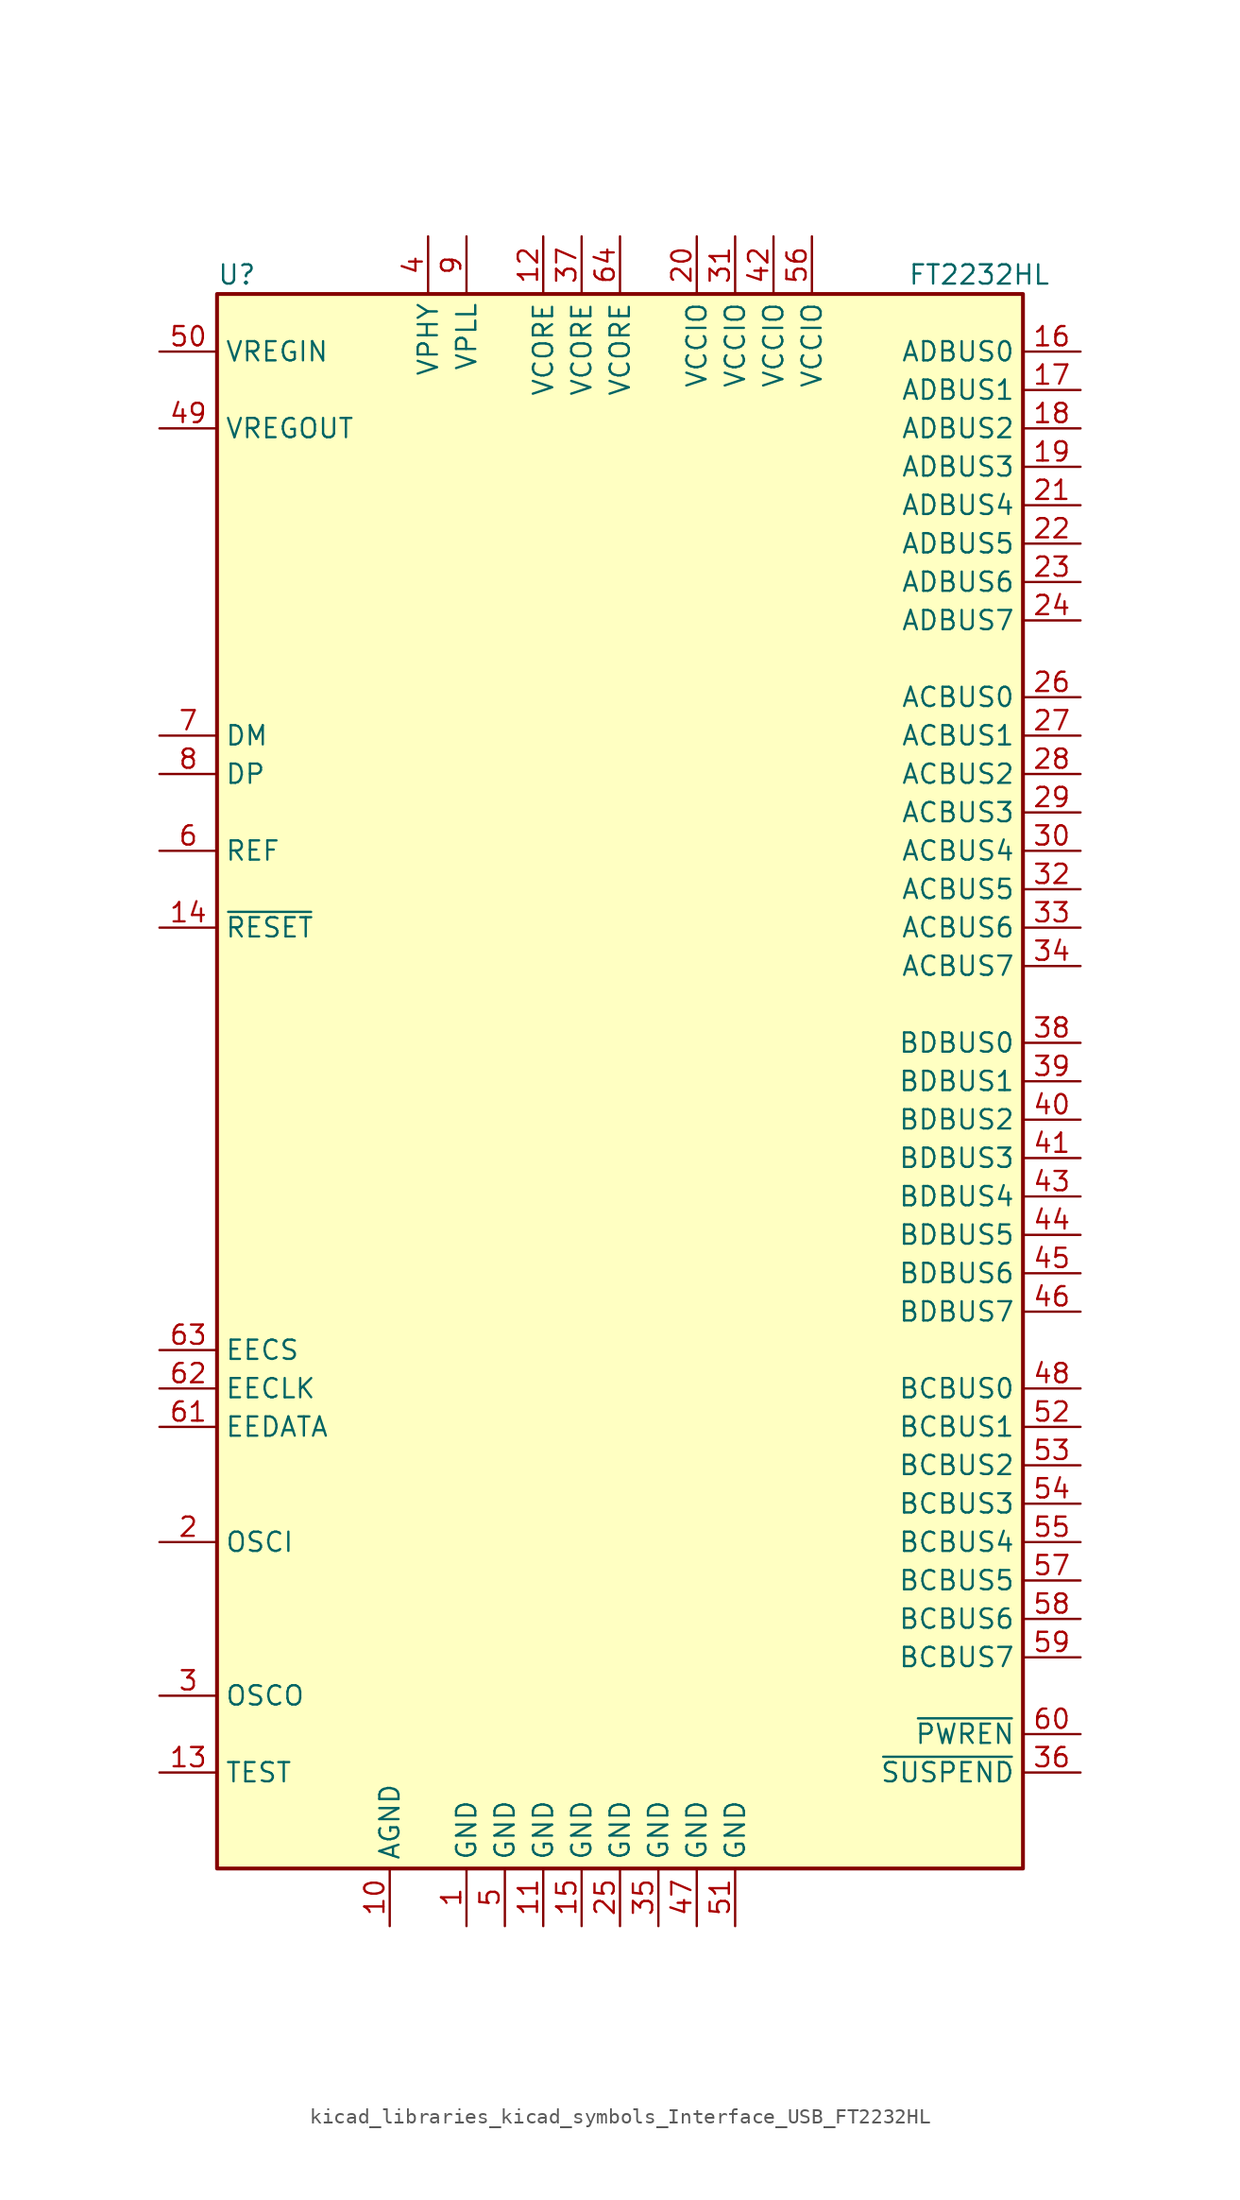
<source format=kicad_sym>
(kicad_symbol_lib
  (version 20220914)
  (generator kicad_symbol_editor)
  (symbol "kicad_libraries_kicad_symbols_Interface_USB_FT2232HL"
    (property "Reference" "U"
      (at -26.67 53.34 0)
      (effects (font (size 1.27 1.27)) (justify left)))
    (property "Value" "FT2232HL"
      (at 19.05 53.34 0)
      (effects (font (size 1.27 1.27)) (justify left)))
    (symbol "kicad_libraries_kicad_symbols_Interface_USB_FT2232HL_0_1"
      (rectangle (start -26.67 -52.07) (end 26.67 52.07) (stroke (width 0.254) (type default)) (fill (type background))))
    (symbol "kicad_libraries_kicad_symbols_Interface_USB_FT2232HL_1_1"
      (pin power_in line (at -10.16 -55.88 90) (length 3.81) (name "GND" (effects (font (size 1.27 1.27)))) (number "1" (effects (font (size 1.27 1.27)))))
      (pin power_in line (at -15.24 -55.88 90) (length 3.81) (name "AGND" (effects (font (size 1.27 1.27)))) (number "10" (effects (font (size 1.27 1.27)))))
      (pin power_in line (at -5.08 -55.88 90) (length 3.81) (name "GND" (effects (font (size 1.27 1.27)))) (number "11" (effects (font (size 1.27 1.27)))))
      (pin power_in line (at -5.08 55.88 270) (length 3.81) (name "VCORE" (effects (font (size 1.27 1.27)))) (number "12" (effects (font (size 1.27 1.27)))))
      (pin input line (at -30.48 -45.72 0) (length 3.81) (name "TEST" (effects (font (size 1.27 1.27)))) (number "13" (effects (font (size 1.27 1.27)))))
      (pin input line (at -30.48 10.16 0) (length 3.81) (name "~{RESET}" (effects (font (size 1.27 1.27)))) (number "14" (effects (font (size 1.27 1.27)))))
      (pin power_in line (at -2.54 -55.88 90) (length 3.81) (name "GND" (effects (font (size 1.27 1.27)))) (number "15" (effects (font (size 1.27 1.27)))))
      (pin bidirectional line (at 30.48 48.26 180) (length 3.81) (name "ADBUS0" (effects (font (size 1.27 1.27)))) (number "16" (effects (font (size 1.27 1.27)))))
      (pin bidirectional line (at 30.48 45.72 180) (length 3.81) (name "ADBUS1" (effects (font (size 1.27 1.27)))) (number "17" (effects (font (size 1.27 1.27)))))
      (pin bidirectional line (at 30.48 43.18 180) (length 3.81) (name "ADBUS2" (effects (font (size 1.27 1.27)))) (number "18" (effects (font (size 1.27 1.27)))))
      (pin bidirectional line (at 30.48 40.64 180) (length 3.81) (name "ADBUS3" (effects (font (size 1.27 1.27)))) (number "19" (effects (font (size 1.27 1.27)))))
      (pin input line (at -30.48 -30.48 0) (length 3.81) (name "OSCI" (effects (font (size 1.27 1.27)))) (number "2" (effects (font (size 1.27 1.27)))))
      (pin power_in line (at 5.08 55.88 270) (length 3.81) (name "VCCIO" (effects (font (size 1.27 1.27)))) (number "20" (effects (font (size 1.27 1.27)))))
      (pin bidirectional line (at 30.48 38.1 180) (length 3.81) (name "ADBUS4" (effects (font (size 1.27 1.27)))) (number "21" (effects (font (size 1.27 1.27)))))
      (pin bidirectional line (at 30.48 35.56 180) (length 3.81) (name "ADBUS5" (effects (font (size 1.27 1.27)))) (number "22" (effects (font (size 1.27 1.27)))))
      (pin bidirectional line (at 30.48 33.02 180) (length 3.81) (name "ADBUS6" (effects (font (size 1.27 1.27)))) (number "23" (effects (font (size 1.27 1.27)))))
      (pin bidirectional line (at 30.48 30.48 180) (length 3.81) (name "ADBUS7" (effects (font (size 1.27 1.27)))) (number "24" (effects (font (size 1.27 1.27)))))
      (pin power_in line (at 0 -55.88 90) (length 3.81) (name "GND" (effects (font (size 1.27 1.27)))) (number "25" (effects (font (size 1.27 1.27)))))
      (pin bidirectional line (at 30.48 25.4 180) (length 3.81) (name "ACBUS0" (effects (font (size 1.27 1.27)))) (number "26" (effects (font (size 1.27 1.27)))))
      (pin bidirectional line (at 30.48 22.86 180) (length 3.81) (name "ACBUS1" (effects (font (size 1.27 1.27)))) (number "27" (effects (font (size 1.27 1.27)))))
      (pin bidirectional line (at 30.48 20.32 180) (length 3.81) (name "ACBUS2" (effects (font (size 1.27 1.27)))) (number "28" (effects (font (size 1.27 1.27)))))
      (pin bidirectional line (at 30.48 17.78 180) (length 3.81) (name "ACBUS3" (effects (font (size 1.27 1.27)))) (number "29" (effects (font (size 1.27 1.27)))))
      (pin output line (at -30.48 -40.64 0) (length 3.81) (name "OSCO" (effects (font (size 1.27 1.27)))) (number "3" (effects (font (size 1.27 1.27)))))
      (pin bidirectional line (at 30.48 15.24 180) (length 3.81) (name "ACBUS4" (effects (font (size 1.27 1.27)))) (number "30" (effects (font (size 1.27 1.27)))))
      (pin power_in line (at 7.62 55.88 270) (length 3.81) (name "VCCIO" (effects (font (size 1.27 1.27)))) (number "31" (effects (font (size 1.27 1.27)))))
      (pin bidirectional line (at 30.48 12.7 180) (length 3.81) (name "ACBUS5" (effects (font (size 1.27 1.27)))) (number "32" (effects (font (size 1.27 1.27)))))
      (pin bidirectional line (at 30.48 10.16 180) (length 3.81) (name "ACBUS6" (effects (font (size 1.27 1.27)))) (number "33" (effects (font (size 1.27 1.27)))))
      (pin bidirectional line (at 30.48 7.62 180) (length 3.81) (name "ACBUS7" (effects (font (size 1.27 1.27)))) (number "34" (effects (font (size 1.27 1.27)))))
      (pin power_in line (at 2.54 -55.88 90) (length 3.81) (name "GND" (effects (font (size 1.27 1.27)))) (number "35" (effects (font (size 1.27 1.27)))))
      (pin output line (at 30.48 -45.72 180) (length 3.81) (name "~{SUSPEND}" (effects (font (size 1.27 1.27)))) (number "36" (effects (font (size 1.27 1.27)))))
      (pin power_in line (at -2.54 55.88 270) (length 3.81) (name "VCORE" (effects (font (size 1.27 1.27)))) (number "37" (effects (font (size 1.27 1.27)))))
      (pin bidirectional line (at 30.48 2.54 180) (length 3.81) (name "BDBUS0" (effects (font (size 1.27 1.27)))) (number "38" (effects (font (size 1.27 1.27)))))
      (pin bidirectional line (at 30.48 0 180) (length 3.81) (name "BDBUS1" (effects (font (size 1.27 1.27)))) (number "39" (effects (font (size 1.27 1.27)))))
      (pin power_in line (at -12.7 55.88 270) (length 3.81) (name "VPHY" (effects (font (size 1.27 1.27)))) (number "4" (effects (font (size 1.27 1.27)))))
      (pin bidirectional line (at 30.48 -2.54 180) (length 3.81) (name "BDBUS2" (effects (font (size 1.27 1.27)))) (number "40" (effects (font (size 1.27 1.27)))))
      (pin bidirectional line (at 30.48 -5.08 180) (length 3.81) (name "BDBUS3" (effects (font (size 1.27 1.27)))) (number "41" (effects (font (size 1.27 1.27)))))
      (pin power_in line (at 10.16 55.88 270) (length 3.81) (name "VCCIO" (effects (font (size 1.27 1.27)))) (number "42" (effects (font (size 1.27 1.27)))))
      (pin bidirectional line (at 30.48 -7.62 180) (length 3.81) (name "BDBUS4" (effects (font (size 1.27 1.27)))) (number "43" (effects (font (size 1.27 1.27)))))
      (pin bidirectional line (at 30.48 -10.16 180) (length 3.81) (name "BDBUS5" (effects (font (size 1.27 1.27)))) (number "44" (effects (font (size 1.27 1.27)))))
      (pin bidirectional line (at 30.48 -12.7 180) (length 3.81) (name "BDBUS6" (effects (font (size 1.27 1.27)))) (number "45" (effects (font (size 1.27 1.27)))))
      (pin bidirectional line (at 30.48 -15.24 180) (length 3.81) (name "BDBUS7" (effects (font (size 1.27 1.27)))) (number "46" (effects (font (size 1.27 1.27)))))
      (pin power_in line (at 5.08 -55.88 90) (length 3.81) (name "GND" (effects (font (size 1.27 1.27)))) (number "47" (effects (font (size 1.27 1.27)))))
      (pin bidirectional line (at 30.48 -20.32 180) (length 3.81) (name "BCBUS0" (effects (font (size 1.27 1.27)))) (number "48" (effects (font (size 1.27 1.27)))))
      (pin power_out line (at -30.48 43.18 0) (length 3.81) (name "VREGOUT" (effects (font (size 1.27 1.27)))) (number "49" (effects (font (size 1.27 1.27)))))
      (pin power_in line (at -7.62 -55.88 90) (length 3.81) (name "GND" (effects (font (size 1.27 1.27)))) (number "5" (effects (font (size 1.27 1.27)))))
      (pin power_in line (at -30.48 48.26 0) (length 3.81) (name "VREGIN" (effects (font (size 1.27 1.27)))) (number "50" (effects (font (size 1.27 1.27)))))
      (pin power_in line (at 7.62 -55.88 90) (length 3.81) (name "GND" (effects (font (size 1.27 1.27)))) (number "51" (effects (font (size 1.27 1.27)))))
      (pin bidirectional line (at 30.48 -22.86 180) (length 3.81) (name "BCBUS1" (effects (font (size 1.27 1.27)))) (number "52" (effects (font (size 1.27 1.27)))))
      (pin bidirectional line (at 30.48 -25.4 180) (length 3.81) (name "BCBUS2" (effects (font (size 1.27 1.27)))) (number "53" (effects (font (size 1.27 1.27)))))
      (pin bidirectional line (at 30.48 -27.94 180) (length 3.81) (name "BCBUS3" (effects (font (size 1.27 1.27)))) (number "54" (effects (font (size 1.27 1.27)))))
      (pin bidirectional line (at 30.48 -30.48 180) (length 3.81) (name "BCBUS4" (effects (font (size 1.27 1.27)))) (number "55" (effects (font (size 1.27 1.27)))))
      (pin power_in line (at 12.7 55.88 270) (length 3.81) (name "VCCIO" (effects (font (size 1.27 1.27)))) (number "56" (effects (font (size 1.27 1.27)))))
      (pin bidirectional line (at 30.48 -33.02 180) (length 3.81) (name "BCBUS5" (effects (font (size 1.27 1.27)))) (number "57" (effects (font (size 1.27 1.27)))))
      (pin bidirectional line (at 30.48 -35.56 180) (length 3.81) (name "BCBUS6" (effects (font (size 1.27 1.27)))) (number "58" (effects (font (size 1.27 1.27)))))
      (pin bidirectional line (at 30.48 -38.1 180) (length 3.81) (name "BCBUS7" (effects (font (size 1.27 1.27)))) (number "59" (effects (font (size 1.27 1.27)))))
      (pin output line (at -30.48 15.24 0) (length 3.81) (name "REF" (effects (font (size 1.27 1.27)))) (number "6" (effects (font (size 1.27 1.27)))))
      (pin output line (at 30.48 -43.18 180) (length 3.81) (name "~{PWREN}" (effects (font (size 1.27 1.27)))) (number "60" (effects (font (size 1.27 1.27)))))
      (pin bidirectional line (at -30.48 -22.86 0) (length 3.81) (name "EEDATA" (effects (font (size 1.27 1.27)))) (number "61" (effects (font (size 1.27 1.27)))))
      (pin output line (at -30.48 -20.32 0) (length 3.81) (name "EECLK" (effects (font (size 1.27 1.27)))) (number "62" (effects (font (size 1.27 1.27)))))
      (pin output line (at -30.48 -17.78 0) (length 3.81) (name "EECS" (effects (font (size 1.27 1.27)))) (number "63" (effects (font (size 1.27 1.27)))))
      (pin power_in line (at 0 55.88 270) (length 3.81) (name "VCORE" (effects (font (size 1.27 1.27)))) (number "64" (effects (font (size 1.27 1.27)))))
      (pin bidirectional line (at -30.48 22.86 0) (length 3.81) (name "DM" (effects (font (size 1.27 1.27)))) (number "7" (effects (font (size 1.27 1.27)))))
      (pin bidirectional line (at -30.48 20.32 0) (length 3.81) (name "DP" (effects (font (size 1.27 1.27)))) (number "8" (effects (font (size 1.27 1.27)))))
      (pin input line (at -10.16 55.88 270) (length 3.81) (name "VPLL" (effects (font (size 1.27 1.27)))) (number "9" (effects (font (size 1.27 1.27))))))))
</source>
